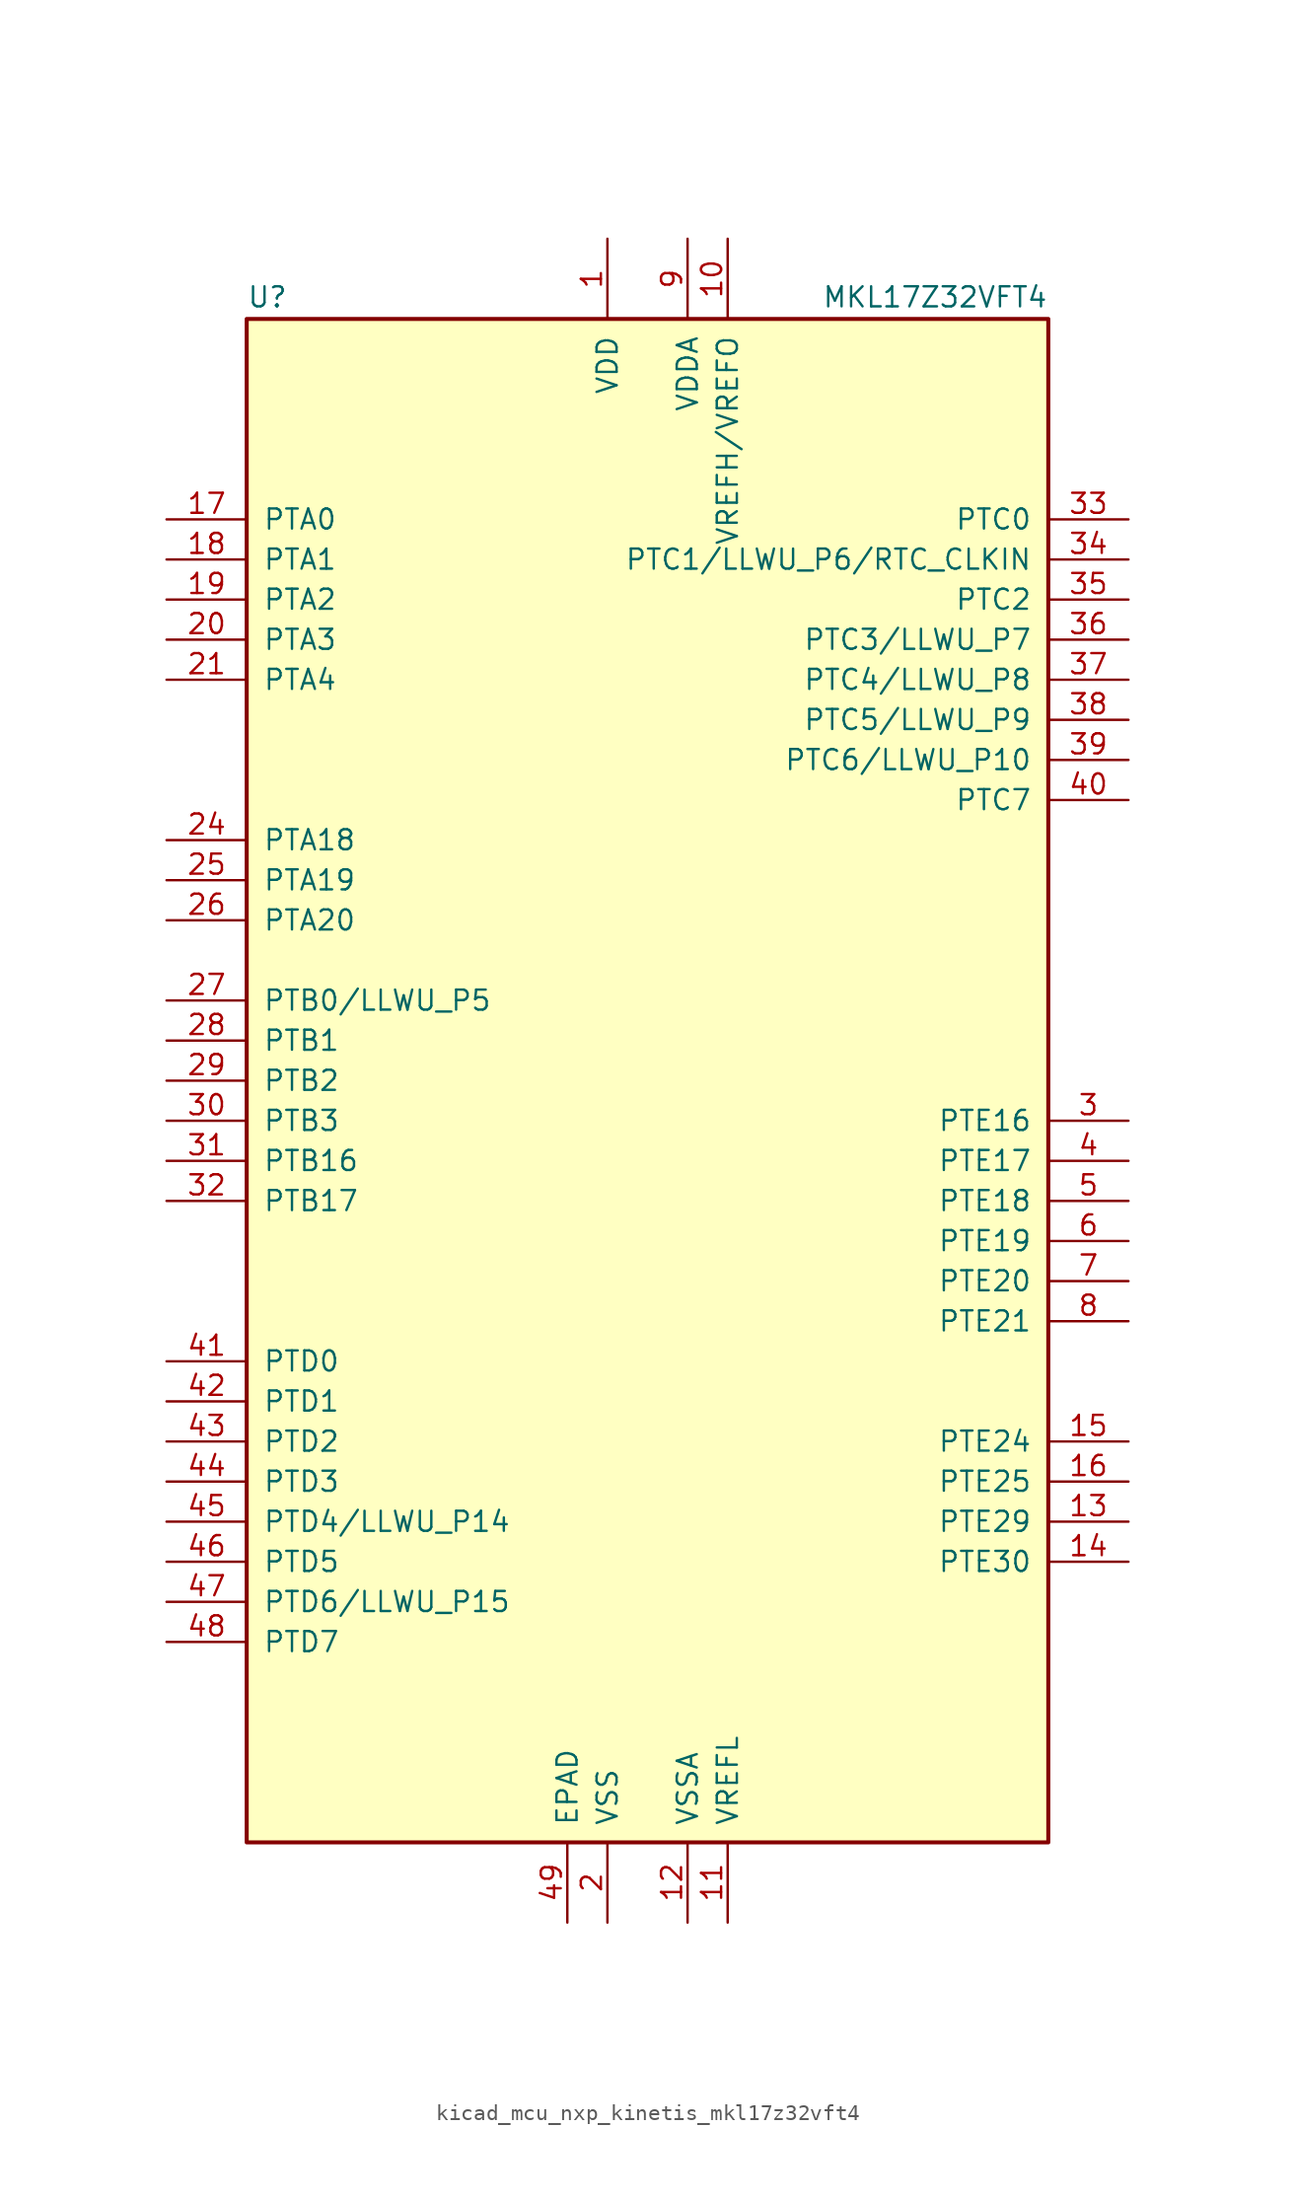
<source format=kicad_sym>
(kicad_symbol_lib
  (version 20220914)
  (generator kicad_symbol_editor)
  (symbol "kicad_mcu_nxp_kinetis_mkl17z32vft4"
    (pin_names
      (offset 1.016))
    (property "Reference" "U"
      (at -25.4 48.895 0)
      (effects (font (size 1.27 1.27)) (justify left bottom)))
    (property "Value" "MKL17Z32VFT4"
      (at 25.4 48.895 0)
      (effects (font (size 1.27 1.27)) (justify right bottom)))
    (symbol "kicad_mcu_nxp_kinetis_mkl17z32vft4_0_1"
      (rectangle (start -25.4 48.26) (end 25.4 -48.26) (stroke (width 0.254) (type default)) (fill (type background))))
    (symbol "kicad_mcu_nxp_kinetis_mkl17z32vft4_1_1"
      (pin power_in line (at -2.54 53.34 270) (length 5.08) (name "VDD" (effects (font (size 1.27 1.27)))) (number "1" (effects (font (size 1.27 1.27)))))
      (pin power_in line (at 5.08 53.34 270) (length 5.08) (name "VREFH/VREFO" (effects (font (size 1.27 1.27)))) (number "10" (effects (font (size 1.27 1.27)))))
      (pin power_in line (at 5.08 -53.34 90) (length 5.08) (name "VREFL" (effects (font (size 1.27 1.27)))) (number "11" (effects (font (size 1.27 1.27)))))
      (pin power_in line (at 2.54 -53.34 90) (length 5.08) (name "VSSA" (effects (font (size 1.27 1.27)))) (number "12" (effects (font (size 1.27 1.27)))))
      (pin bidirectional line (at 30.48 -27.94 180) (length 5.08) (name "PTE29" (effects (font (size 1.27 1.27)))) (number "13" (effects (font (size 1.27 1.27)))))
      (pin bidirectional line (at 30.48 -30.48 180) (length 5.08) (name "PTE30" (effects (font (size 1.27 1.27)))) (number "14" (effects (font (size 1.27 1.27)))))
      (pin bidirectional line (at 30.48 -22.86 180) (length 5.08) (name "PTE24" (effects (font (size 1.27 1.27)))) (number "15" (effects (font (size 1.27 1.27)))))
      (pin bidirectional line (at 30.48 -25.4 180) (length 5.08) (name "PTE25" (effects (font (size 1.27 1.27)))) (number "16" (effects (font (size 1.27 1.27)))))
      (pin bidirectional line (at -30.48 35.56 0) (length 5.08) (name "PTA0" (effects (font (size 1.27 1.27)))) (number "17" (effects (font (size 1.27 1.27)))))
      (pin bidirectional line (at -30.48 33.02 0) (length 5.08) (name "PTA1" (effects (font (size 1.27 1.27)))) (number "18" (effects (font (size 1.27 1.27)))))
      (pin bidirectional line (at -30.48 30.48 0) (length 5.08) (name "PTA2" (effects (font (size 1.27 1.27)))) (number "19" (effects (font (size 1.27 1.27)))))
      (pin power_in line (at -2.54 -53.34 90) (length 5.08) (name "VSS" (effects (font (size 1.27 1.27)))) (number "2" (effects (font (size 1.27 1.27)))))
      (pin bidirectional line (at -30.48 27.94 0) (length 5.08) (name "PTA3" (effects (font (size 1.27 1.27)))) (number "20" (effects (font (size 1.27 1.27)))))
      (pin bidirectional line (at -30.48 25.4 0) (length 5.08) (name "PTA4" (effects (font (size 1.27 1.27)))) (number "21" (effects (font (size 1.27 1.27)))))
      (pin passive line (at -2.54 53.34 270) (length 5.08) hide (name "VDD" (effects (font (size 1.27 1.27)))) (number "22" (effects (font (size 1.27 1.27)))))
      (pin passive line (at -2.54 -53.34 90) (length 5.08) hide (name "VSS" (effects (font (size 1.27 1.27)))) (number "23" (effects (font (size 1.27 1.27)))))
      (pin bidirectional line (at -30.48 15.24 0) (length 5.08) (name "PTA18" (effects (font (size 1.27 1.27)))) (number "24" (effects (font (size 1.27 1.27)))))
      (pin bidirectional line (at -30.48 12.7 0) (length 5.08) (name "PTA19" (effects (font (size 1.27 1.27)))) (number "25" (effects (font (size 1.27 1.27)))))
      (pin bidirectional line (at -30.48 10.16 0) (length 5.08) (name "PTA20" (effects (font (size 1.27 1.27)))) (number "26" (effects (font (size 1.27 1.27)))))
      (pin bidirectional line (at -30.48 5.08 0) (length 5.08) (name "PTB0/LLWU_P5" (effects (font (size 1.27 1.27)))) (number "27" (effects (font (size 1.27 1.27)))))
      (pin bidirectional line (at -30.48 2.54 0) (length 5.08) (name "PTB1" (effects (font (size 1.27 1.27)))) (number "28" (effects (font (size 1.27 1.27)))))
      (pin bidirectional line (at -30.48 0 0) (length 5.08) (name "PTB2" (effects (font (size 1.27 1.27)))) (number "29" (effects (font (size 1.27 1.27)))))
      (pin bidirectional line (at 30.48 -2.54 180) (length 5.08) (name "PTE16" (effects (font (size 1.27 1.27)))) (number "3" (effects (font (size 1.27 1.27)))))
      (pin bidirectional line (at -30.48 -2.54 0) (length 5.08) (name "PTB3" (effects (font (size 1.27 1.27)))) (number "30" (effects (font (size 1.27 1.27)))))
      (pin bidirectional line (at -30.48 -5.08 0) (length 5.08) (name "PTB16" (effects (font (size 1.27 1.27)))) (number "31" (effects (font (size 1.27 1.27)))))
      (pin bidirectional line (at -30.48 -7.62 0) (length 5.08) (name "PTB17" (effects (font (size 1.27 1.27)))) (number "32" (effects (font (size 1.27 1.27)))))
      (pin bidirectional line (at 30.48 35.56 180) (length 5.08) (name "PTC0" (effects (font (size 1.27 1.27)))) (number "33" (effects (font (size 1.27 1.27)))))
      (pin bidirectional line (at 30.48 33.02 180) (length 5.08) (name "PTC1/LLWU_P6/RTC_CLKIN" (effects (font (size 1.27 1.27)))) (number "34" (effects (font (size 1.27 1.27)))))
      (pin bidirectional line (at 30.48 30.48 180) (length 5.08) (name "PTC2" (effects (font (size 1.27 1.27)))) (number "35" (effects (font (size 1.27 1.27)))))
      (pin bidirectional line (at 30.48 27.94 180) (length 5.08) (name "PTC3/LLWU_P7" (effects (font (size 1.27 1.27)))) (number "36" (effects (font (size 1.27 1.27)))))
      (pin bidirectional line (at 30.48 25.4 180) (length 5.08) (name "PTC4/LLWU_P8" (effects (font (size 1.27 1.27)))) (number "37" (effects (font (size 1.27 1.27)))))
      (pin bidirectional line (at 30.48 22.86 180) (length 5.08) (name "PTC5/LLWU_P9" (effects (font (size 1.27 1.27)))) (number "38" (effects (font (size 1.27 1.27)))))
      (pin bidirectional line (at 30.48 20.32 180) (length 5.08) (name "PTC6/LLWU_P10" (effects (font (size 1.27 1.27)))) (number "39" (effects (font (size 1.27 1.27)))))
      (pin bidirectional line (at 30.48 -5.08 180) (length 5.08) (name "PTE17" (effects (font (size 1.27 1.27)))) (number "4" (effects (font (size 1.27 1.27)))))
      (pin bidirectional line (at 30.48 17.78 180) (length 5.08) (name "PTC7" (effects (font (size 1.27 1.27)))) (number "40" (effects (font (size 1.27 1.27)))))
      (pin bidirectional line (at -30.48 -17.78 0) (length 5.08) (name "PTD0" (effects (font (size 1.27 1.27)))) (number "41" (effects (font (size 1.27 1.27)))))
      (pin bidirectional line (at -30.48 -20.32 0) (length 5.08) (name "PTD1" (effects (font (size 1.27 1.27)))) (number "42" (effects (font (size 1.27 1.27)))))
      (pin bidirectional line (at -30.48 -22.86 0) (length 5.08) (name "PTD2" (effects (font (size 1.27 1.27)))) (number "43" (effects (font (size 1.27 1.27)))))
      (pin bidirectional line (at -30.48 -25.4 0) (length 5.08) (name "PTD3" (effects (font (size 1.27 1.27)))) (number "44" (effects (font (size 1.27 1.27)))))
      (pin bidirectional line (at -30.48 -27.94 0) (length 5.08) (name "PTD4/LLWU_P14" (effects (font (size 1.27 1.27)))) (number "45" (effects (font (size 1.27 1.27)))))
      (pin bidirectional line (at -30.48 -30.48 0) (length 5.08) (name "PTD5" (effects (font (size 1.27 1.27)))) (number "46" (effects (font (size 1.27 1.27)))))
      (pin bidirectional line (at -30.48 -33.02 0) (length 5.08) (name "PTD6/LLWU_P15" (effects (font (size 1.27 1.27)))) (number "47" (effects (font (size 1.27 1.27)))))
      (pin bidirectional line (at -30.48 -35.56 0) (length 5.08) (name "PTD7" (effects (font (size 1.27 1.27)))) (number "48" (effects (font (size 1.27 1.27)))))
      (pin power_in line (at -5.08 -53.34 90) (length 5.08) (name "EPAD" (effects (font (size 1.27 1.27)))) (number "49" (effects (font (size 1.27 1.27)))))
      (pin bidirectional line (at 30.48 -7.62 180) (length 5.08) (name "PTE18" (effects (font (size 1.27 1.27)))) (number "5" (effects (font (size 1.27 1.27)))))
      (pin bidirectional line (at 30.48 -10.16 180) (length 5.08) (name "PTE19" (effects (font (size 1.27 1.27)))) (number "6" (effects (font (size 1.27 1.27)))))
      (pin bidirectional line (at 30.48 -12.7 180) (length 5.08) (name "PTE20" (effects (font (size 1.27 1.27)))) (number "7" (effects (font (size 1.27 1.27)))))
      (pin bidirectional line (at 30.48 -15.24 180) (length 5.08) (name "PTE21" (effects (font (size 1.27 1.27)))) (number "8" (effects (font (size 1.27 1.27)))))
      (pin power_in line (at 2.54 53.34 270) (length 5.08) (name "VDDA" (effects (font (size 1.27 1.27)))) (number "9" (effects (font (size 1.27 1.27))))))))
</source>
